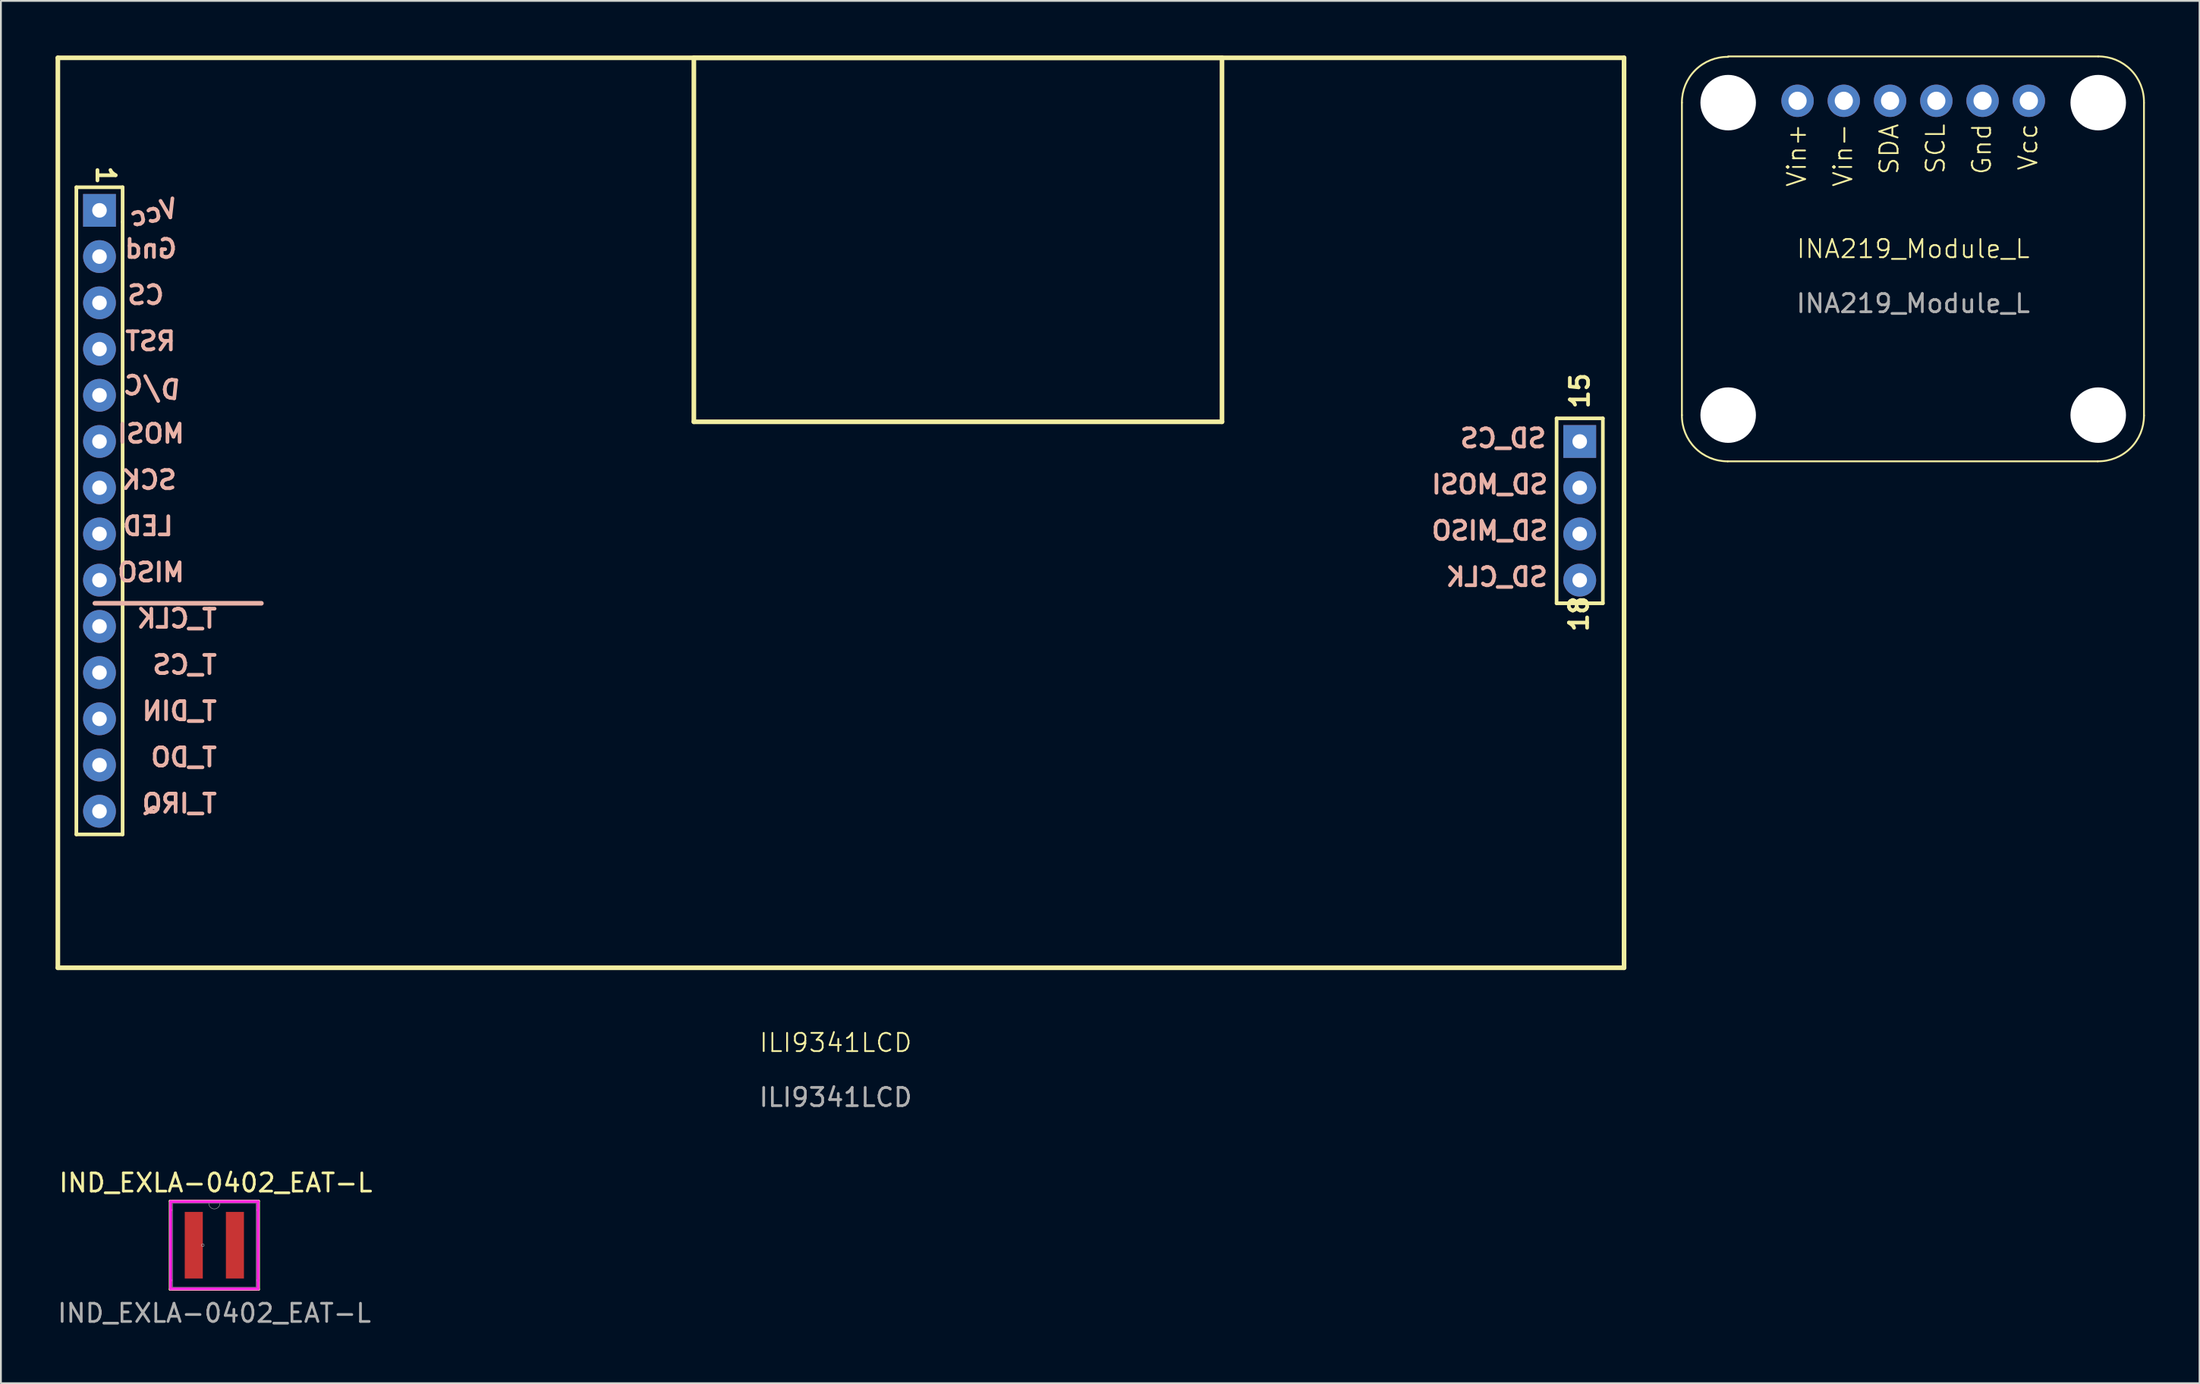
<source format=kicad_pcb>
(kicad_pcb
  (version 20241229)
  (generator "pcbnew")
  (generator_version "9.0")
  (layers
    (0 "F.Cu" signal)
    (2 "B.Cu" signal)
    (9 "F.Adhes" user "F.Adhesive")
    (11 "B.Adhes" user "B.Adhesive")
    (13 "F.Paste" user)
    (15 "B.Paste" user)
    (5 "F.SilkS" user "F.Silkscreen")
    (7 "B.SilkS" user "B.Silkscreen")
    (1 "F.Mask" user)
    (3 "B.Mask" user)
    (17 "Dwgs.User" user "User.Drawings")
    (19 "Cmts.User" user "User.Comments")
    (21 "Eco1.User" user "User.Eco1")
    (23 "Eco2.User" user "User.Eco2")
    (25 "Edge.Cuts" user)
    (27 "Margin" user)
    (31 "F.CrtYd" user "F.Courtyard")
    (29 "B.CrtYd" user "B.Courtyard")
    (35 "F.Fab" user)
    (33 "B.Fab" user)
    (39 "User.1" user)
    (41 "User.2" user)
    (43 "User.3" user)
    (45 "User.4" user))
  (footprint "ILI9341LCD"
    (layer "F.Cu")
    (at 43.117 25.137)
    (property "Reference" "ILI9341LCD" (at -0.28 29.11 0) (unlocked yes) (layer "F.SilkS") (effects (font (size 1 1) (thickness 0.1))))
    (attr through_hole)
    (fp_line (start -42.99 -25.01) (end 43.01 -25.01) (stroke (width 0.254) (type solid)) (layer "F.SilkS"))
    (fp_line (start -42.99 24.99) (end -42.99 -25.01) (stroke (width 0.254) (type solid)) (layer "F.SilkS"))
    (fp_line (start -42.99 24.99) (end 43.01 24.99) (stroke (width 0.254) (type solid)) (layer "F.SilkS"))
    (fp_line (start -41.974 -17.898) (end -39.434 -17.898) (stroke (width 0.201) (type solid)) (layer "F.SilkS"))
    (fp_line (start -41.974 17.662) (end -41.974 -17.898) (stroke (width 0.201) (type solid)) (layer "F.SilkS"))
    (fp_line (start -41.974 17.662) (end -39.434 17.662) (stroke (width 0.201) (type solid)) (layer "F.SilkS"))
    (fp_line (start -39.434 -15.993) (end -39.434 -17.898) (stroke (width 0.201) (type solid)) (layer "F.SilkS"))
    (fp_line (start -39.434 17.662) (end -39.434 -15.993) (stroke (width 0.201) (type solid)) (layer "F.SilkS"))
    (fp_line (start -8.067 -25.01) (end 20.933 -25.01) (stroke (width 0.254) (type solid)) (layer "F.SilkS"))
    (fp_line (start -8.067 -5.01) (end -8.067 -25.01) (stroke (width 0.254) (type solid)) (layer "F.SilkS"))
    (fp_line (start -8.067 -5.01) (end 20.933 -5.01) (stroke (width 0.254) (type solid)) (layer "F.SilkS"))
    (fp_line (start 20.933 -5.01) (end 20.933 -25.01) (stroke (width 0.254) (type solid)) (layer "F.SilkS"))
    (fp_line (start 39.306 -5.198) (end 41.846 -5.198) (stroke (width 0.201) (type solid)) (layer "F.SilkS"))
    (fp_line (start 39.306 4.962) (end 39.306 -5.198) (stroke (width 0.201) (type solid)) (layer "F.SilkS"))
    (fp_line (start 39.306 4.962) (end 41.846 4.962) (stroke (width 0.201) (type solid)) (layer "F.SilkS"))
    (fp_line (start 41.846 4.962) (end 41.846 -5.198) (stroke (width 0.201) (type solid)) (layer "F.SilkS"))
    (fp_line (start 43.01 24.99) (end 43.01 -25.01) (stroke (width 0.254) (type solid)) (layer "F.SilkS"))
    (fp_line (start -40.958 4.962) (end -31.814 4.962) (stroke (width 0.254) (type solid)) (layer "B.SilkS"))
    (fp_line (start 0.365 29.473) (end 0.365 29.473) (stroke (width 0.003) (type solid)) (layer "Eco1.User"))
    (fp_text user "1" (at -40.95 -19.168 270) (unlocked yes) (layer "F.SilkS") (effects (font (size 1 1) (thickness 0.203)) (justify left bottom)))
    (fp_text user "15" (at 41.167 -5.627 90) (unlocked yes) (layer "F.SilkS") (effects (font (size 1 1) (thickness 0.203)) (justify left bottom)))
    (fp_text user "18" (at 41.114 6.633 90) (unlocked yes) (layer "F.SilkS") (effects (font (size 1 1) (thickness 0.203)) (justify left bottom)))
    (fp_text user "SD_CS" (at 38.836 -3.517 0) (unlocked yes) (layer "B.SilkS") (effects (font (size 1 1) (thickness 0.203)) (justify left bottom mirror)))
    (fp_text user "T_CS" (at -34.153 8.931 0) (unlocked yes) (layer "B.SilkS") (effects (font (size 1 1) (thickness 0.203)) (justify left bottom mirror)))
    (fp_text user "SD_MISO" (at 38.938 1.563 0) (unlocked yes) (layer "B.SilkS") (effects (font (size 1 1) (thickness 0.203)) (justify left bottom mirror)))
    (fp_text user "T_DIN" (at -34.153 11.471 0) (unlocked yes) (layer "B.SilkS") (effects (font (size 1 1) (thickness 0.203)) (justify left bottom mirror)))
    (fp_text user "T_IRQ" (at -34.153 16.551 0) (unlocked yes) (layer "B.SilkS") (effects (font (size 1 1) (thickness 0.203)) (justify left bottom mirror)))
    (fp_text user "LED" (at -36.553 1.311 0) (unlocked yes) (layer "B.SilkS") (effects (font (size 1 1) (thickness 0.203)) (justify left bottom mirror)))
    (fp_text user "RST" (at -36.417 -8.852 0) (unlocked yes) (layer "B.SilkS") (effects (font (size 1 1) (thickness 0.203)) (justify left bottom mirror)))
    (fp_text user "Gnd" (at -36.344 -13.931 0) (unlocked yes) (layer "B.SilkS") (effects (font (size 1 1) (thickness 0.203)) (justify left bottom mirror)))
    (fp_text user "Vcc" (at -36.24 -16.228 12) (unlocked yes) (layer "B.SilkS") (effects (font (size 1 1) (thickness 0.203)) (justify left bottom mirror)))
    (fp_text user "SCK" (at -36.37 -1.229 0) (unlocked yes) (layer "B.SilkS") (effects (font (size 1 1) (thickness 0.203)) (justify left bottom mirror)))
    (fp_text user "SD_MOSI" (at 38.937 -0.977 0) (unlocked yes) (layer "B.SilkS") (effects (font (size 1 1) (thickness 0.203)) (justify left bottom mirror)))
    (fp_text user "D/C" (at -36.243 -6.132 354) (unlocked yes) (layer "B.SilkS") (effects (font (size 1 1) (thickness 0.203)) (justify left bottom mirror)))
    (fp_text user "MOSI" (at -35.934 -3.771 0) (unlocked yes) (layer "B.SilkS") (effects (font (size 1 1) (thickness 0.203)) (justify left bottom mirror)))
    (fp_text user "CS" (at -37.054 -11.389 0) (unlocked yes) (layer "B.SilkS") (effects (font (size 1 1) (thickness 0.203)) (justify left bottom mirror)))
    (fp_text user "T_DO" (at -34.153 14.011 0) (unlocked yes) (layer "B.SilkS") (effects (font (size 1 1) (thickness 0.203)) (justify left bottom mirror)))
    (fp_text user "T_CLK" (at -34.153 6.391 0) (unlocked yes) (layer "B.SilkS") (effects (font (size 1 1) (thickness 0.203)) (justify left bottom mirror)))
    (fp_text user "MISO" (at -35.934 3.849 0) (unlocked yes) (layer "B.SilkS") (effects (font (size 1 1) (thickness 0.203)) (justify left bottom mirror)))
    (fp_text user "SD_CLK" (at 38.917 4.103 0) (unlocked yes) (layer "B.SilkS") (effects (font (size 1 1) (thickness 0.203)) (justify left bottom mirror)))
    (fp_text user "${REFERENCE}" (at -0.28 32.11 0) (unlocked yes) (layer "F.Fab") (effects (font (size 1 1) (thickness 0.15))))
    (pad "1" thru_hole rect (at -40.704 -16.628 270) (size 1.8 1.8) (drill 0.8) (layers "*.Cu" "*.Mask"))
    (pad "2" thru_hole circle (at -40.704 -14.088 270) (size 1.8 1.8) (drill 0.8) (layers "*.Cu" "*.Mask"))
    (pad "3" thru_hole circle (at -40.704 -11.548 270) (size 1.8 1.8) (drill 0.8) (layers "*.Cu" "*.Mask"))
    (pad "4" thru_hole circle (at -40.704 -9.008 270) (size 1.8 1.8) (drill 0.8) (layers "*.Cu" "*.Mask"))
    (pad "5" thru_hole circle (at -40.704 -6.468 270) (size 1.8 1.8) (drill 0.8) (layers "*.Cu" "*.Mask"))
    (pad "6" thru_hole circle (at -40.704 -3.928 270) (size 1.8 1.8) (drill 0.8) (layers "*.Cu" "*.Mask"))
    (pad "7" thru_hole circle (at -40.704 -1.388 270) (size 1.8 1.8) (drill 0.8) (layers "*.Cu" "*.Mask"))
    (pad "8" thru_hole circle (at -40.704 1.152 270) (size 1.8 1.8) (drill 0.8) (layers "*.Cu" "*.Mask"))
    (pad "9" thru_hole circle (at -40.704 3.692 270) (size 1.8 1.8) (drill 0.8) (layers "*.Cu" "*.Mask"))
    (pad "10" thru_hole circle (at -40.704 6.232 270) (size 1.8 1.8) (drill 0.8) (layers "*.Cu" "*.Mask"))
    (pad "11" thru_hole circle (at -40.704 8.772 270) (size 1.8 1.8) (drill 0.8) (layers "*.Cu" "*.Mask"))
    (pad "12" thru_hole circle (at -40.704 11.312 270) (size 1.8 1.8) (drill 0.8) (layers "*.Cu" "*.Mask"))
    (pad "13" thru_hole circle (at -40.704 13.852 270) (size 1.8 1.8) (drill 0.8) (layers "*.Cu" "*.Mask"))
    (pad "14" thru_hole circle (at -40.704 16.392 270) (size 1.8 1.8) (drill 0.8) (layers "*.Cu" "*.Mask"))
    (pad "15" thru_hole rect (at 40.576 -3.928 270) (size 1.8 1.8) (drill 0.8) (layers "*.Cu" "*.Mask"))
    (pad "16" thru_hole circle (at 40.576 -1.388 270) (size 1.8 1.8) (drill 0.8) (layers "*.Cu" "*.Mask"))
    (pad "17" thru_hole circle (at 40.576 1.152 270) (size 1.8 1.8) (drill 0.8) (layers "*.Cu" "*.Mask"))
    (pad "18" thru_hole circle (at 40.576 3.692 270) (size 1.8 1.8) (drill 0.8) (layers "*.Cu" "*.Mask")))
  (footprint "INA219_Module_L"
    (layer "F.Cu")
    (at 102.004 11.124)
    (property "Reference" "INA219_Module_L" (at 0 -0.5 0) (unlocked yes) (layer "F.SilkS") (effects (font (size 1 1) (thickness 0.1))))
    (attr through_hole)
    (fp_line (start -12.7 -8.534) (end -12.7 8.636) (stroke (width 0.1) (type default)) (layer "F.SilkS"))
    (fp_line (start -10.184 11.176) (end 10.136 11.176) (stroke (width 0.1) (type default)) (layer "F.SilkS"))
    (fp_line (start 10.16 -11.074) (end -10.16 -11.074) (stroke (width 0.1) (type default)) (layer "F.SilkS"))
    (fp_line (start 12.672 8.658) (end 12.672 -8.512) (stroke (width 0.1) (type default)) (layer "F.SilkS"))
    (fp_arc (start -12.7 -8.534) (mid -11.959434 -10.326133) (end -10.160385 -11.049737) (stroke (width 0.1) (type default)) (layer "F.SilkS"))
    (fp_arc (start -10.184263 11.175615) (mid -11.976396 10.435049) (end -12.7 8.636) (stroke (width 0.1) (type default)) (layer "F.SilkS"))
    (fp_arc (start 10.16 -11.074) (mid 11.950786 -10.333232) (end 12.672004 -8.534484) (stroke (width 0.1) (type default)) (layer "F.SilkS"))
    (fp_arc (start 12.672004 8.657867) (mid 11.931439 10.45) (end 10.132391 11.173604) (stroke (width 0.1) (type default)) (layer "F.SilkS"))
    (fp_text user "Vin+" (at -5.811 -3.84 90) (unlocked yes) (layer "F.SilkS") (effects (font (size 1 1) (thickness 0.1)) (justify left bottom)))
    (fp_text user "SCL" (at 1.81 -4.554 90) (unlocked yes) (layer "F.SilkS") (effects (font (size 1 1) (thickness 0.1)) (justify left bottom)))
    (fp_text user "Vcc" (at 6.889 -4.745 90) (unlocked yes) (layer "F.SilkS") (effects (font (size 1 1) (thickness 0.1)) (justify left bottom)))
    (fp_text user "Gnd" (at 4.349 -4.507 90) (unlocked yes) (layer "F.SilkS") (effects (font (size 1 1) (thickness 0.1)) (justify left bottom)))
    (fp_text user "SDA" (at -0.731 -4.507 90) (unlocked yes) (layer "F.SilkS") (effects (font (size 1 1) (thickness 0.1)) (justify left bottom)))
    (fp_text user "Vin-" (at -3.271 -3.84 90) (unlocked yes) (layer "F.SilkS") (effects (font (size 1 1) (thickness 0.1)) (justify left bottom)))
    (fp_text user "${REFERENCE}" (at 0 2.5 0) (unlocked yes) (layer "F.Fab") (effects (font (size 1 1) (thickness 0.15))))
    (pad "" np_thru_hole circle (at -10.16 -8.534) (size 3.048 3.048) (drill 3.048) (layers "*.Cu" "*.Mask"))
    (pad "" np_thru_hole circle (at -10.16 8.636) (size 3.048 3.048) (drill 3.048) (layers "*.Cu" "*.Mask"))
    (pad "" np_thru_hole circle (at 10.16 -8.534) (size 3.048 3.048) (drill 3.048) (layers "*.Cu" "*.Mask"))
    (pad "" np_thru_hole circle (at 10.16 8.636) (size 3.048 3.048) (drill 3.048) (layers "*.Cu" "*.Mask"))
    (pad "1" thru_hole circle (at -6.35 -8.636) (size 1.778 1.778) (drill 1) (layers "*.Cu" "*.Mask"))
    (pad "2" thru_hole circle (at -3.81 -8.636) (size 1.778 1.778) (drill 1) (layers "*.Cu" "*.Mask"))
    (pad "3" thru_hole circle (at -1.27 -8.636) (size 1.778 1.778) (drill 1) (layers "*.Cu" "*.Mask"))
    (pad "4" thru_hole circle (at 1.27 -8.636) (size 1.778 1.778) (drill 1) (layers "*.Cu" "*.Mask"))
    (pad "5" thru_hole circle (at 3.81 -8.636) (size 1.778 1.778) (drill 1) (layers "*.Cu" "*.Mask"))
    (pad "6" thru_hole circle (at 6.35 -8.636) (size 1.778 1.778) (drill 1) (layers "*.Cu" "*.Mask")))
  (footprint "IND_EXLA-0402_EAT-L"
    (layer "F.Cu")
    (at 8.72 65.372)
    (property "Reference" "IND_EXLA-0402_EAT-L" (at 0.076 -3.429 0) (unlocked yes) (layer "F.SilkS") (effects (font (size 1 1) (thickness 0.15))))
    (attr smd)
    (fp_line (start -2.426 -2.426) (end -2.426 2.426) (stroke (width 0.152) (type solid)) (layer "F.SilkS"))
    (fp_line (start -2.426 2.426) (end 2.426 2.426) (stroke (width 0.152) (type solid)) (layer "F.SilkS"))
    (fp_line (start 2.426 -2.426) (end -2.426 -2.426) (stroke (width 0.152) (type solid)) (layer "F.SilkS"))
    (fp_line (start 2.426 2.426) (end 2.426 -2.426) (stroke (width 0.152) (type solid)) (layer "F.SilkS"))
    (fp_line (start -2.4 -2.4) (end 2.4 -2.4) (stroke (width 0.152) (type solid)) (layer "F.CrtYd"))
    (fp_line (start -2.4 -1.93) (end -2.4 -2.4) (stroke (width 0.152) (type solid)) (layer "F.CrtYd"))
    (fp_line (start -2.4 -1.93) (end -2.4 -1.93) (stroke (width 0.152) (type solid)) (layer "F.CrtYd"))
    (fp_line (start -2.4 1.93) (end -2.4 -1.93) (stroke (width 0.152) (type solid)) (layer "F.CrtYd"))
    (fp_line (start -2.4 1.93) (end -2.4 1.93) (stroke (width 0.152) (type solid)) (layer "F.CrtYd"))
    (fp_line (start -2.4 2.4) (end -2.4 1.93) (stroke (width 0.152) (type solid)) (layer "F.CrtYd"))
    (fp_line (start 2.4 -2.4) (end 2.4 -1.93) (stroke (width 0.152) (type solid)) (layer "F.CrtYd"))
    (fp_line (start 2.4 -1.93) (end 2.4 -1.93) (stroke (width 0.152) (type solid)) (layer "F.CrtYd"))
    (fp_line (start 2.4 -1.93) (end 2.4 1.93) (stroke (width 0.152) (type solid)) (layer "F.CrtYd"))
    (fp_line (start 2.4 1.93) (end 2.4 1.93) (stroke (width 0.152) (type solid)) (layer "F.CrtYd"))
    (fp_line (start 2.4 1.93) (end 2.4 2.4) (stroke (width 0.152) (type solid)) (layer "F.CrtYd"))
    (fp_line (start 2.4 2.4) (end -2.4 2.4) (stroke (width 0.152) (type solid)) (layer "F.CrtYd"))
    (fp_line (start -2.299 -2.299) (end -2.299 2.299) (stroke (width 0.025) (type solid)) (layer "F.Fab"))
    (fp_line (start -2.299 2.299) (end 2.299 2.299) (stroke (width 0.025) (type solid)) (layer "F.Fab"))
    (fp_line (start 2.299 -2.299) (end -2.299 -2.299) (stroke (width 0.025) (type solid)) (layer "F.Fab"))
    (fp_line (start 2.299 2.299) (end 2.299 -2.299) (stroke (width 0.025) (type solid)) (layer "F.Fab"))
    (fp_arc (start 0.3048 -2.2987) (mid 0 -1.9939) (end -0.3048 -2.2987) (stroke (width 0.0254) (type solid)) (layer "F.Fab"))
    (fp_circle (center -0.635 0) (end -0.559 0) (stroke (width 0.025) (type solid)) (fill no) (layer "F.Fab"))
    (fp_text user "${REFERENCE}" (at 0 3.734 0) (unlocked yes) (layer "F.Fab") (effects (font (size 1 1) (thickness 0.15))))
    (pad "1" smd rect (at -1.13 0) (size 0.991 3.658) (layers "F.Cu" "F.Mask" "F.Paste"))
    (pad "2" smd rect (at 1.13 0) (size 0.991 3.658) (layers "F.Cu" "F.Mask" "F.Paste")))
  (gr_rect
    (start -3 -3)
    (end 117.727 72.954)
    (stroke (width 0.1) (type default))
    (fill no)
    (layer "Edge.Cuts")))
</source>
